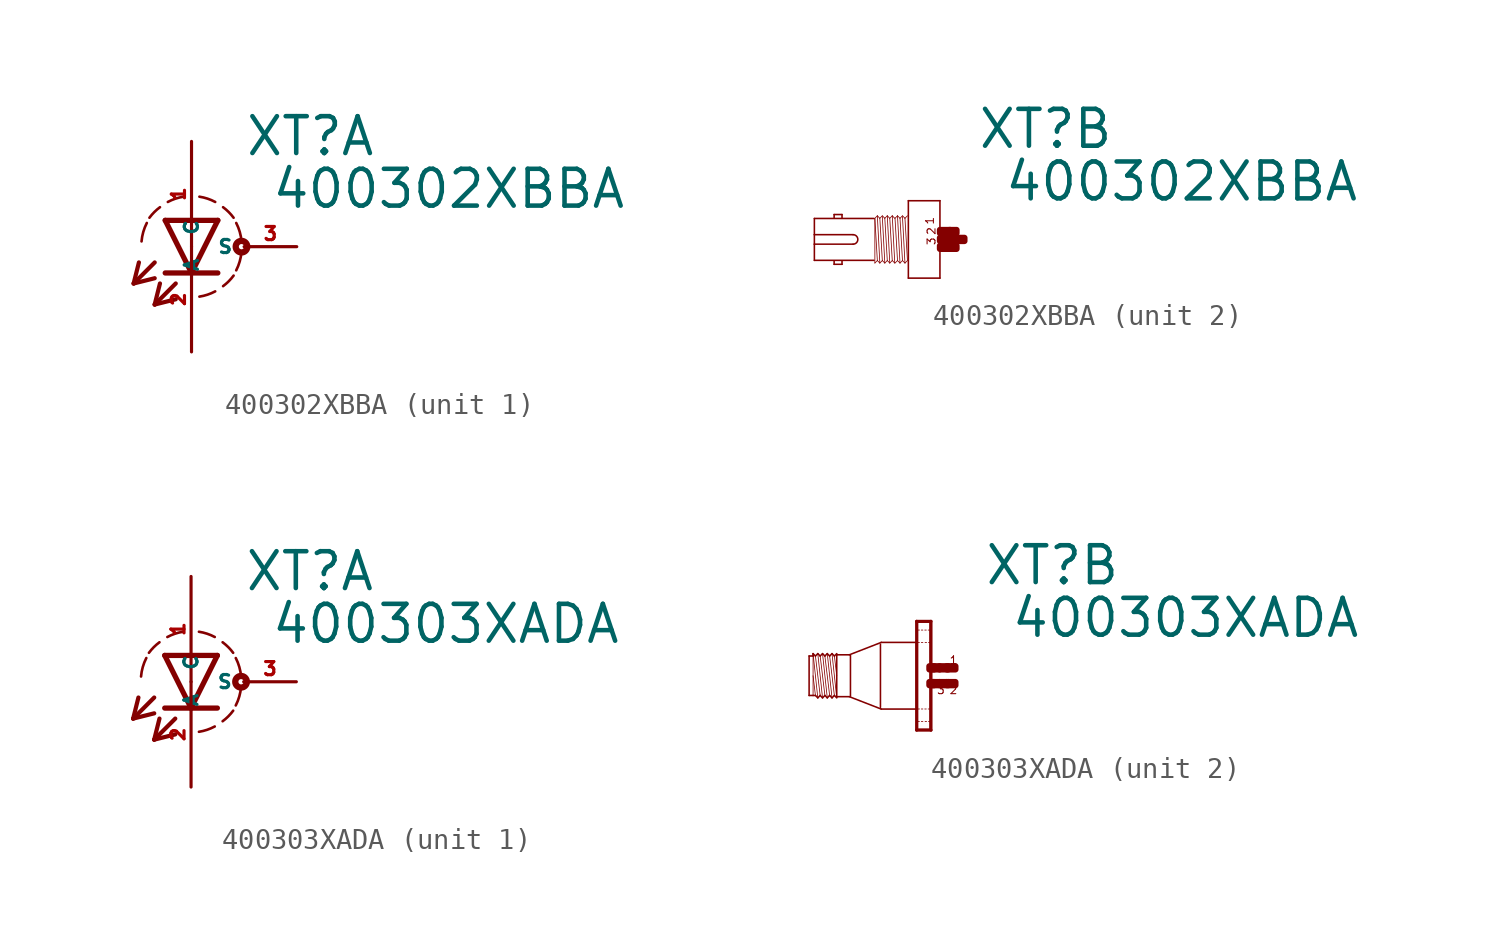
<source format=kicad_sym>
(kicad_symbol_lib
  (version 20220914)
  (generator Eagle2Kicad)
  (symbol "400302XBBA"
    (property "Reference" "XT"
      (at 2.54 4.293 0)
      (effects (font (size 1.778 1.778) (thickness 0.22)) (justify left bottom)))
    (property "Value" "400302XBBA"
      (at 3.81 1.753 0)
      (effects (font (size 1.778 1.778) (thickness 0.22)) (justify left bottom)))
    (symbol "400302XBBA_1_0"
      (polyline (pts (xy -1.27 1.27) (xy 0 -1.27)) (stroke (width 0.254) (type default)) (fill (type none)))
      (polyline (pts (xy 0 -1.27) (xy 1.27 1.27)) (stroke (width 0.254) (type default)) (fill (type none)))
      (polyline (pts (xy 1.27 -1.27) (xy 0 -1.27)) (stroke (width 0.254) (type default)) (fill (type none)))
      (polyline (pts (xy 1.27 1.27) (xy -1.27 1.27)) (stroke (width 0.254) (type default)) (fill (type none)))
      (polyline (pts (xy 0 -1.27) (xy -1.27 -1.27)) (stroke (width 0.254) (type default)) (fill (type none)))
      (polyline (pts (xy -1.778 -0.762) (xy -2.794 -1.778)) (stroke (width 0.203) (type default)) (fill (type none)))
      (polyline (pts (xy -2.794 -1.778) (xy -1.778 -1.524)) (stroke (width 0.203) (type default)) (fill (type none)))
      (polyline (pts (xy -2.794 -1.778) (xy -2.54 -0.762)) (stroke (width 0.203) (type default)) (fill (type none)))
      (polyline (pts (xy -0.762 -1.778) (xy -1.778 -2.794)) (stroke (width 0.203) (type default)) (fill (type none)))
      (polyline (pts (xy -1.778 -2.794) (xy -0.762 -2.54)) (stroke (width 0.203) (type default)) (fill (type none)))
      (polyline (pts (xy -1.778 -2.794) (xy -1.524 -1.778)) (stroke (width 0.203) (type default)) (fill (type none)))
      (arc (start 0.381 -2.413) (mid 0.773 -2.318) (end 1.143 -2.159) (stroke (width 0.127) (type default)) (fill (type none)))
      (arc (start 2.159 -1.143) (mid 2.329 -0.711) (end 2.413 -0.254) (stroke (width 0.127) (type default)) (fill (type none)))
      (arc (start 2.413 0.254) (mid 2.329 0.711) (end 2.159 1.143) (stroke (width 0.127) (type default)) (fill (type none)))
      (arc (start 2.032 1.397) (mid 1.797 1.670) (end 1.524 1.905) (stroke (width 0.127) (type default)) (fill (type none)))
      (arc (start 1.143 2.159) (mid 0.773 2.318) (end 0.381 2.413) (stroke (width 0.127) (type default)) (fill (type none)))
      (arc (start 1.524 -1.905) (mid 1.797 -1.670) (end 2.032 -1.397) (stroke (width 0.127) (type default)) (fill (type none)))
      (arc (start -0.381 2.413) (mid -0.773 2.318) (end -1.143 2.159) (stroke (width 0.127) (type default)) (fill (type none)))
      (arc (start -1.524 1.905) (mid -1.797 1.670) (end -2.032 1.397) (stroke (width 0.127) (type default)) (fill (type none)))
      (arc (start -2.159 1.143) (mid -2.329 0.711) (end -2.413 0.254) (stroke (width 0.127) (type default)) (fill (type none)))
      (circle (center 2.413 0) (radius 0.127) (stroke (width 0.305) (type default)) (fill (type none)))
      (pin passive line (at 0 5.08 270) (length 5.08) (name "A" (effects (font (size 0.635 0.635) (thickness 0.08)) (justify left bottom))) (number "1" (effects (font (size 0.635 0.635) (thickness 0.08)) (justify left bottom))))
      (pin passive line (at 0 -5.08 90) (length 5.08) (name "C" (effects (font (size 0.635 0.635) (thickness 0.08)) (justify left bottom))) (number "2" (effects (font (size 0.635 0.635) (thickness 0.08)) (justify left bottom))))
      (pin passive line (at 5.08 0 180) (length 2.54) (name "S" (effects (font (size 0.635 0.635) (thickness 0.08)) (justify left bottom))) (number "3" (effects (font (size 0.635 0.635) (thickness 0.08)) (justify left bottom)))))
    (symbol "400302XBBA_2_0"
      (polyline (pts (xy 0.762 1.867) (xy 0.762 -1.867)) (stroke (width 0.076) (type default)) (fill (type none)))
      (polyline (pts (xy 0.762 -1.867) (xy -0.762 -1.867)) (stroke (width 0.076) (type default)) (fill (type none)))
      (polyline (pts (xy -0.762 -1.867) (xy -0.762 1.867)) (stroke (width 0.076) (type default)) (fill (type none)))
      (polyline (pts (xy -0.762 1.867) (xy 0.762 1.867)) (stroke (width 0.076) (type default)) (fill (type none)))
      (polyline (pts (xy -2.419 1.01) (xy -5.296 1.01)) (stroke (width 0.076) (type default)) (fill (type none)))
      (polyline (pts (xy -5.296 1.01) (xy -5.296 0.229)) (stroke (width 0.076) (type default)) (fill (type none)))
      (polyline (pts (xy -5.296 0.229) (xy -5.296 -0.229)) (stroke (width 0.076) (type default)) (fill (type none)))
      (polyline (pts (xy -5.296 -0.229) (xy -5.296 -1.01)) (stroke (width 0.076) (type default)) (fill (type none)))
      (polyline (pts (xy -5.296 -1.01) (xy -2.419 -1.01)) (stroke (width 0.076) (type default)) (fill (type none)))
      (polyline (pts (xy -3.962 -1.029) (xy -3.962 -1.2)) (stroke (width 0.076) (type default)) (fill (type none)))
      (polyline (pts (xy -3.962 -1.2) (xy -4.343 -1.2)) (stroke (width 0.076) (type default)) (fill (type none)))
      (polyline (pts (xy -4.343 -1.2) (xy -4.343 -1.029)) (stroke (width 0.076) (type default)) (fill (type none)))
      (polyline (pts (xy -4.343 1.029) (xy -4.343 1.2)) (stroke (width 0.076) (type default)) (fill (type none)))
      (polyline (pts (xy -4.343 1.2) (xy -3.962 1.2)) (stroke (width 0.076) (type default)) (fill (type none)))
      (polyline (pts (xy -3.962 1.2) (xy -3.962 1.029)) (stroke (width 0.076) (type default)) (fill (type none)))
      (polyline (pts (xy -2.258 1.14) (xy -2.138 -1.14)) (stroke (width 0.038) (type default)) (fill (type none)))
      (polyline (pts (xy -2.018 1.099) (xy -1.898 -1.14)) (stroke (width 0.038) (type default)) (fill (type none)))
      (polyline (pts (xy -1.898 1.02) (xy -1.778 -1.02)) (stroke (width 0.038) (type default)) (fill (type none)))
      (polyline (pts (xy -1.778 1.14) (xy -1.658 -1.14)) (stroke (width 0.038) (type default)) (fill (type none)))
      (polyline (pts (xy -1.538 1.14) (xy -1.418 -1.14)) (stroke (width 0.038) (type default)) (fill (type none)))
      (polyline (pts (xy -2.378 -1.14) (xy -2.378 0.999)) (stroke (width 0.038) (type default)) (fill (type none)))
      (polyline (pts (xy -2.378 -1.14) (xy -2.258 -1.02)) (stroke (width 0.038) (type default)) (fill (type none)))
      (polyline (pts (xy -2.258 -1.02) (xy -2.138 -1.14)) (stroke (width 0.038) (type default)) (fill (type none)))
      (polyline (pts (xy -2.138 -1.14) (xy -2.018 -1.02)) (stroke (width 0.038) (type default)) (fill (type none)))
      (polyline (pts (xy -2.018 -1.02) (xy -1.898 -1.14)) (stroke (width 0.038) (type default)) (fill (type none)))
      (polyline (pts (xy -1.898 -1.14) (xy -1.778 -1.02)) (stroke (width 0.038) (type default)) (fill (type none)))
      (polyline (pts (xy -1.778 -1.02) (xy -1.658 -1.14)) (stroke (width 0.038) (type default)) (fill (type none)))
      (polyline (pts (xy -1.658 -1.14) (xy -1.538 -1.02)) (stroke (width 0.038) (type default)) (fill (type none)))
      (polyline (pts (xy -1.538 -1.02) (xy -1.418 -1.14)) (stroke (width 0.038) (type default)) (fill (type none)))
      (polyline (pts (xy -2.378 1.02) (xy -2.258 1.14)) (stroke (width 0.038) (type default)) (fill (type none)))
      (polyline (pts (xy -2.258 1.14) (xy -2.138 1.02)) (stroke (width 0.038) (type default)) (fill (type none)))
      (polyline (pts (xy -2.138 1.02) (xy -2.018 1.14)) (stroke (width 0.038) (type default)) (fill (type none)))
      (polyline (pts (xy -2.018 1.14) (xy -1.898 1.02)) (stroke (width 0.038) (type default)) (fill (type none)))
      (polyline (pts (xy -1.898 1.02) (xy -1.778 1.14)) (stroke (width 0.038) (type default)) (fill (type none)))
      (polyline (pts (xy -1.778 1.14) (xy -1.658 1.02)) (stroke (width 0.038) (type default)) (fill (type none)))
      (polyline (pts (xy -1.658 1.02) (xy -1.538 1.14)) (stroke (width 0.038) (type default)) (fill (type none)))
      (polyline (pts (xy -1.538 1.14) (xy -1.418 1.02)) (stroke (width 0.038) (type default)) (fill (type none)))
      (polyline (pts (xy -2.138 1.02) (xy -2.018 -1.02)) (stroke (width 0.038) (type default)) (fill (type none)))
      (polyline (pts (xy -1.658 1.02) (xy -1.538 -1.02)) (stroke (width 0.038) (type default)) (fill (type none)))
      (polyline (pts (xy -2.378 1.02) (xy -2.258 -1.02)) (stroke (width 0.038) (type default)) (fill (type none)))
      (polyline (pts (xy -1.286 1.14) (xy -1.166 -1.14)) (stroke (width 0.038) (type default)) (fill (type none)))
      (polyline (pts (xy -1.046 1.099) (xy -0.926 -1.14)) (stroke (width 0.038) (type default)) (fill (type none)))
      (polyline (pts (xy -0.926 1.02) (xy -0.806 -1.02)) (stroke (width 0.038) (type default)) (fill (type none)))
      (polyline (pts (xy -1.406 -1.14) (xy -1.286 -1.02)) (stroke (width 0.038) (type default)) (fill (type none)))
      (polyline (pts (xy -1.286 -1.02) (xy -1.166 -1.14)) (stroke (width 0.038) (type default)) (fill (type none)))
      (polyline (pts (xy -1.166 -1.14) (xy -1.046 -1.02)) (stroke (width 0.038) (type default)) (fill (type none)))
      (polyline (pts (xy -1.046 -1.02) (xy -0.926 -1.14)) (stroke (width 0.038) (type default)) (fill (type none)))
      (polyline (pts (xy -0.926 -1.14) (xy -0.806 -1.02)) (stroke (width 0.038) (type default)) (fill (type none)))
      (polyline (pts (xy -1.406 1.02) (xy -1.286 1.14)) (stroke (width 0.038) (type default)) (fill (type none)))
      (polyline (pts (xy -1.286 1.14) (xy -1.166 1.02)) (stroke (width 0.038) (type default)) (fill (type none)))
      (polyline (pts (xy -1.166 1.02) (xy -1.046 1.14)) (stroke (width 0.038) (type default)) (fill (type none)))
      (polyline (pts (xy -1.046 1.14) (xy -0.926 1.02)) (stroke (width 0.038) (type default)) (fill (type none)))
      (polyline (pts (xy -0.926 1.02) (xy -0.806 1.14)) (stroke (width 0.038) (type default)) (fill (type none)))
      (polyline (pts (xy -1.166 1.02) (xy -1.046 -1.02)) (stroke (width 0.038) (type default)) (fill (type none)))
      (polyline (pts (xy -1.406 1.02) (xy -1.286 -1.02)) (stroke (width 0.038) (type default)) (fill (type none)))
      (polyline (pts (xy -5.296 -0.229) (xy -3.429 -0.229)) (stroke (width 0.076) (type default)) (fill (type none)))
      (polyline (pts (xy -3.429 0.229) (xy -5.296 0.229)) (stroke (width 0.076) (type default)) (fill (type none)))
      (arc (start -3.429 -0.2286) (mid -3.200 0.000) (end -3.429 0.2286) (stroke (width 0.0762) (type default)) (fill (type none)))
      (text "1" (at 0.495 0.686 1800) (effects (font (size 0.381 0.381) (thickness 0.05)) (justify left bottom)))
      (text "3" (at 0.572 -0.305 1800) (effects (font (size 0.381 0.381) (thickness 0.05)) (justify left bottom)))
      (text "2" (at 0.572 0.191 1800) (effects (font (size 0.381 0.381) (thickness 0.05)) (justify left bottom)))
      (rectangle (start 0.762 -0.457) (end 1.257 -0.305) (stroke (width 0.3) (type default)) (fill (type outline)))
      (rectangle (start 0.762 -0.076) (end 1.638 0.076) (stroke (width 0.3) (type default)) (fill (type outline)))
      (rectangle (start 1.219 -0.457) (end 1.562 -0.305) (stroke (width 0.3) (type default)) (fill (type outline)))
      (rectangle (start 1.6 -0.076) (end 1.943 0.076) (stroke (width 0.3) (type default)) (fill (type outline)))
      (rectangle (start 1.219 0.305) (end 1.562 0.457) (stroke (width 0.3) (type default)) (fill (type outline)))
      (rectangle (start 0.762 0.305) (end 1.257 0.457) (stroke (width 0.3) (type default)) (fill (type outline)))))
  (symbol "400303XADA"
    (property "Reference" "XT"
      (at 2.54 4.293 0)
      (effects (font (size 1.778 1.778) (thickness 0.22)) (justify left bottom)))
    (property "Value" "400303XADA"
      (at 3.81 1.753 0)
      (effects (font (size 1.778 1.778) (thickness 0.22)) (justify left bottom)))
    (symbol "400303XADA_1_0"
      (polyline (pts (xy -1.27 1.27) (xy 0 -1.27)) (stroke (width 0.254) (type default)) (fill (type none)))
      (polyline (pts (xy 0 -1.27) (xy 1.27 1.27)) (stroke (width 0.254) (type default)) (fill (type none)))
      (polyline (pts (xy 1.27 -1.27) (xy 0 -1.27)) (stroke (width 0.254) (type default)) (fill (type none)))
      (polyline (pts (xy 1.27 1.27) (xy -1.27 1.27)) (stroke (width 0.254) (type default)) (fill (type none)))
      (polyline (pts (xy 0 -1.27) (xy -1.27 -1.27)) (stroke (width 0.254) (type default)) (fill (type none)))
      (polyline (pts (xy -1.778 -0.762) (xy -2.794 -1.778)) (stroke (width 0.203) (type default)) (fill (type none)))
      (polyline (pts (xy -2.794 -1.778) (xy -1.778 -1.524)) (stroke (width 0.203) (type default)) (fill (type none)))
      (polyline (pts (xy -2.794 -1.778) (xy -2.54 -0.762)) (stroke (width 0.203) (type default)) (fill (type none)))
      (polyline (pts (xy -0.762 -1.778) (xy -1.778 -2.794)) (stroke (width 0.203) (type default)) (fill (type none)))
      (polyline (pts (xy -1.778 -2.794) (xy -0.762 -2.54)) (stroke (width 0.203) (type default)) (fill (type none)))
      (polyline (pts (xy -1.778 -2.794) (xy -1.524 -1.778)) (stroke (width 0.203) (type default)) (fill (type none)))
      (arc (start 0.381 -2.413) (mid 0.773 -2.318) (end 1.143 -2.159) (stroke (width 0.127) (type default)) (fill (type none)))
      (arc (start 2.159 -1.143) (mid 2.329 -0.711) (end 2.413 -0.254) (stroke (width 0.127) (type default)) (fill (type none)))
      (arc (start 2.413 0.254) (mid 2.329 0.711) (end 2.159 1.143) (stroke (width 0.127) (type default)) (fill (type none)))
      (arc (start 2.032 1.397) (mid 1.797 1.670) (end 1.524 1.905) (stroke (width 0.127) (type default)) (fill (type none)))
      (arc (start 1.143 2.159) (mid 0.773 2.318) (end 0.381 2.413) (stroke (width 0.127) (type default)) (fill (type none)))
      (arc (start 1.524 -1.905) (mid 1.797 -1.670) (end 2.032 -1.397) (stroke (width 0.127) (type default)) (fill (type none)))
      (arc (start -0.381 2.413) (mid -0.773 2.318) (end -1.143 2.159) (stroke (width 0.127) (type default)) (fill (type none)))
      (arc (start -1.524 1.905) (mid -1.797 1.670) (end -2.032 1.397) (stroke (width 0.127) (type default)) (fill (type none)))
      (arc (start -2.159 1.143) (mid -2.329 0.711) (end -2.413 0.254) (stroke (width 0.127) (type default)) (fill (type none)))
      (circle (center 2.413 0) (radius 0.127) (stroke (width 0.305) (type default)) (fill (type none)))
      (pin passive line (at 0 5.08 270) (length 5.08) (name "A" (effects (font (size 0.635 0.635) (thickness 0.08)) (justify left bottom))) (number "1" (effects (font (size 0.635 0.635) (thickness 0.08)) (justify left bottom))))
      (pin passive line (at 0 -5.08 90) (length 5.08) (name "C" (effects (font (size 0.635 0.635) (thickness 0.08)) (justify left bottom))) (number "2" (effects (font (size 0.635 0.635) (thickness 0.08)) (justify left bottom))))
      (pin passive line (at 5.08 0 180) (length 2.54) (name "S" (effects (font (size 0.635 0.635) (thickness 0.08)) (justify left bottom))) (number "3" (effects (font (size 0.635 0.635) (thickness 0.08)) (justify left bottom)))))
    (symbol "400303XADA_2_0"
      (polyline (pts (xy -4.548 -1.067) (xy -4.777 1.067)) (stroke (width 0.038) (type default)) (fill (type none)))
      (polyline (pts (xy -4.662 0.953) (xy -4.548 0)) (stroke (width 0.038) (type default)) (fill (type none)))
      (polyline (pts (xy -4.662 -0.953) (xy -4.891 0.953)) (stroke (width 0.038) (type default)) (fill (type none)))
      (polyline (pts (xy -4.777 -1.067) (xy -5.005 1.067)) (stroke (width 0.038) (type default)) (fill (type none)))
      (polyline (pts (xy -4.891 -0.953) (xy -5.12 0.953)) (stroke (width 0.038) (type default)) (fill (type none)))
      (polyline (pts (xy -5.005 -1.067) (xy -5.234 1.067)) (stroke (width 0.038) (type default)) (fill (type none)))
      (polyline (pts (xy -5.12 -0.953) (xy -5.348 0.953)) (stroke (width 0.038) (type default)) (fill (type none)))
      (polyline (pts (xy -5.234 -1.067) (xy -5.463 1.067)) (stroke (width 0.038) (type default)) (fill (type none)))
      (polyline (pts (xy -5.348 -0.953) (xy -5.577 0.953)) (stroke (width 0.038) (type default)) (fill (type none)))
      (polyline (pts (xy -5.463 -1.067) (xy -5.691 1.067)) (stroke (width 0.038) (type default)) (fill (type none)))
      (polyline (pts (xy -5.691 0) (xy -5.577 -0.953)) (stroke (width 0.038) (type default)) (fill (type none)))
      (polyline (pts (xy -5.691 1.029) (xy -5.691 0.953)) (stroke (width 0.038) (type default)) (fill (type none)))
      (polyline (pts (xy -5.691 0.953) (xy -5.691 -0.953)) (stroke (width 0.038) (type default)) (fill (type none)))
      (polyline (pts (xy -5.882 -0.953) (xy -5.882 0.953)) (stroke (width 0.076) (type default)) (fill (type none)))
      (polyline (pts (xy -5.882 0.953) (xy -5.691 0.953)) (stroke (width 0.076) (type default)) (fill (type none)))
      (polyline (pts (xy -5.691 0.953) (xy -5.691 1.067)) (stroke (width 0.076) (type default)) (fill (type none)))
      (polyline (pts (xy -5.691 1.067) (xy -5.577 0.953)) (stroke (width 0.076) (type default)) (fill (type none)))
      (polyline (pts (xy -5.577 0.953) (xy -5.463 1.067)) (stroke (width 0.076) (type default)) (fill (type none)))
      (polyline (pts (xy -5.463 1.067) (xy -5.348 0.953)) (stroke (width 0.076) (type default)) (fill (type none)))
      (polyline (pts (xy -5.348 0.953) (xy -5.234 1.067)) (stroke (width 0.076) (type default)) (fill (type none)))
      (polyline (pts (xy -5.234 1.067) (xy -5.12 0.953)) (stroke (width 0.076) (type default)) (fill (type none)))
      (polyline (pts (xy -5.12 0.953) (xy -5.005 1.067)) (stroke (width 0.076) (type default)) (fill (type none)))
      (polyline (pts (xy -4.777 1.067) (xy -4.662 0.953)) (stroke (width 0.076) (type default)) (fill (type none)))
      (polyline (pts (xy -4.662 0.953) (xy -4.548 1.067)) (stroke (width 0.076) (type default)) (fill (type none)))
      (polyline (pts (xy -4.548 -1.067) (xy -4.662 -0.953)) (stroke (width 0.076) (type default)) (fill (type none)))
      (polyline (pts (xy -4.662 -0.953) (xy -4.777 -1.067)) (stroke (width 0.076) (type default)) (fill (type none)))
      (polyline (pts (xy -4.777 -1.067) (xy -4.891 -0.953)) (stroke (width 0.076) (type default)) (fill (type none)))
      (polyline (pts (xy -4.891 -0.953) (xy -5.005 -1.067)) (stroke (width 0.076) (type default)) (fill (type none)))
      (polyline (pts (xy -5.005 -1.067) (xy -5.12 -0.953)) (stroke (width 0.076) (type default)) (fill (type none)))
      (polyline (pts (xy -5.12 -0.953) (xy -5.234 -1.067)) (stroke (width 0.076) (type default)) (fill (type none)))
      (polyline (pts (xy -5.234 -1.067) (xy -5.348 -0.953)) (stroke (width 0.076) (type default)) (fill (type none)))
      (polyline (pts (xy -5.348 -0.953) (xy -5.463 -1.067)) (stroke (width 0.076) (type default)) (fill (type none)))
      (polyline (pts (xy -5.463 -1.067) (xy -5.577 -0.953)) (stroke (width 0.076) (type default)) (fill (type none)))
      (polyline (pts (xy -5.577 -0.953) (xy -5.691 -0.953)) (stroke (width 0.076) (type default)) (fill (type none)))
      (polyline (pts (xy -5.691 -0.953) (xy -5.882 -0.953)) (stroke (width 0.076) (type default)) (fill (type none)))
      (polyline (pts (xy -4.548 1.029) (xy -4.548 1.01)) (stroke (width 0.076) (type default)) (fill (type none)))
      (polyline (pts (xy -4.548 1.01) (xy -4.548 -1.01)) (stroke (width 0.076) (type default)) (fill (type none)))
      (polyline (pts (xy -4.548 -1.01) (xy -4.548 -1.029)) (stroke (width 0.076) (type default)) (fill (type none)))
      (polyline (pts (xy -0.038 2.594) (xy -0.038 -2.594)) (stroke (width 0.076) (type default)) (fill (type none)))
      (polyline (pts (xy -0.038 -2.594) (xy -0.655 -2.594)) (stroke (width 0.076) (type default)) (fill (type none)))
      (polyline (pts (xy -0.655 -2.594) (xy -0.655 2.594)) (stroke (width 0.076) (type default)) (fill (type none)))
      (polyline (pts (xy -0.655 2.594) (xy -0.038 2.594)) (stroke (width 0.076) (type default)) (fill (type none)))
      (polyline (pts (xy -0.699 1.61) (xy -2.4 1.61)) (stroke (width 0.076) (type default)) (fill (type none)))
      (polyline (pts (xy -2.4 1.61) (xy -3.938 1.012)) (stroke (width 0.076) (type default)) (fill (type none)))
      (polyline (pts (xy -0.669 -1.61) (xy -2.4 -1.61)) (stroke (width 0.076) (type default)) (fill (type none)))
      (polyline (pts (xy -2.4 -1.61) (xy -3.938 -1.012)) (stroke (width 0.076) (type default)) (fill (type none)))
      (polyline (pts (xy -3.938 -1.01) (xy -4.548 -1.01)) (stroke (width 0.076) (type default)) (fill (type none)))
      (polyline (pts (xy -4.548 1.01) (xy -3.938 1.01)) (stroke (width 0.076) (type default)) (fill (type none)))
      (polyline (pts (xy -4.777 1.067) (xy -4.891 0.953)) (stroke (width 0.076) (type default)) (fill (type none)))
      (polyline (pts (xy -4.891 0.953) (xy -5.005 1.067)) (stroke (width 0.076) (type default)) (fill (type none)))
      (polyline (pts (xy 0 -2.625) (xy -0.69 -2.625)) (stroke (width 0) (type default)) (fill (type none)))
      (polyline (pts (xy 0 -2.625) (xy 0 2.625)) (stroke (width 0) (type default)) (fill (type none)))
      (polyline (pts (xy 0 2.625) (xy -0.69 2.625)) (stroke (width 0) (type default)) (fill (type none)))
      (polyline (pts (xy -0.69 2.625) (xy -0.69 -2.625)) (stroke (width 0) (type default)) (fill (type none)))
      (polyline (pts (xy -0.039 -1.605) (xy -0.135 -1.605)) (stroke (width 0.038) (type default)) (fill (type none)))
      (polyline (pts (xy -0.225 -1.605) (xy -0.3 -1.605)) (stroke (width 0.038) (type default)) (fill (type none)))
      (polyline (pts (xy -0.39 -1.605) (xy -0.465 -1.605)) (stroke (width 0.038) (type default)) (fill (type none)))
      (polyline (pts (xy -0.555 -1.605) (xy -0.633 -1.605)) (stroke (width 0.038) (type default)) (fill (type none)))
      (polyline (pts (xy -0.039 -2.205) (xy -0.12 -2.205)) (stroke (width 0.038) (type default)) (fill (type none)))
      (polyline (pts (xy -0.21 -2.205) (xy -0.285 -2.205)) (stroke (width 0.038) (type default)) (fill (type none)))
      (polyline (pts (xy -0.39 -2.205) (xy -0.465 -2.205)) (stroke (width 0.038) (type default)) (fill (type none)))
      (polyline (pts (xy -0.555 -2.205) (xy -0.633 -2.205)) (stroke (width 0.038) (type default)) (fill (type none)))
      (polyline (pts (xy -0.039 2.205) (xy -0.135 2.205)) (stroke (width 0.038) (type default)) (fill (type none)))
      (polyline (pts (xy -0.225 2.205) (xy -0.3 2.205)) (stroke (width 0.038) (type default)) (fill (type none)))
      (polyline (pts (xy -0.39 2.205) (xy -0.465 2.205)) (stroke (width 0.038) (type default)) (fill (type none)))
      (polyline (pts (xy -0.555 2.205) (xy -0.633 2.205)) (stroke (width 0.038) (type default)) (fill (type none)))
      (polyline (pts (xy -0.039 1.605) (xy -0.12 1.605)) (stroke (width 0.038) (type default)) (fill (type none)))
      (polyline (pts (xy -0.21 1.605) (xy -0.285 1.605)) (stroke (width 0.038) (type default)) (fill (type none)))
      (polyline (pts (xy -0.39 1.605) (xy -0.465 1.605)) (stroke (width 0.038) (type default)) (fill (type none)))
      (polyline (pts (xy -0.555 1.605) (xy -0.633 1.605)) (stroke (width 0.038) (type default)) (fill (type none)))
      (polyline (pts (xy -3.886 0.991) (xy -3.886 -0.991)) (stroke (width 0.076) (type default)) (fill (type none)))
      (polyline (pts (xy -2.438 1.524) (xy -2.438 -1.524)) (stroke (width 0.076) (type default)) (fill (type none)))
      (text "1" (at 0.876 0.533 0) (effects (font (size 0.381 0.381) (thickness 0.05)) (justify left bottom)))
      (text "3" (at 0.267 -0.914 0) (effects (font (size 0.381 0.381) (thickness 0.05)) (justify left bottom)))
      (text "2" (at 0.876 -0.914 0) (effects (font (size 0.381 0.381) (thickness 0.05)) (justify left bottom)))
      (rectangle (start 0.838 -0.457) (end 1.181 -0.305) (stroke (width 0.3) (type default)) (fill (type outline)))
      (rectangle (start 0.419 -0.457) (end 0.762 -0.305) (stroke (width 0.3) (type default)) (fill (type outline)))
      (rectangle (start 0.076 -0.457) (end 0.419 -0.305) (stroke (width 0.3) (type default)) (fill (type outline)))
      (rectangle (start -0.076 -0.457) (end 0.152 -0.305) (stroke (width 0.3) (type default)) (fill (type outline)))
      (rectangle (start 0.762 -0.457) (end 0.838 -0.305) (stroke (width 0.3) (type default)) (fill (type outline)))
      (rectangle (start 0.838 0.305) (end 1.181 0.457) (stroke (width 0.3) (type default)) (fill (type outline)))
      (rectangle (start 0.762 0.305) (end 0.838 0.457) (stroke (width 0.3) (type default)) (fill (type outline)))
      (rectangle (start 0.419 0.305) (end 0.762 0.457) (stroke (width 0.3) (type default)) (fill (type outline)))
      (rectangle (start 0.076 0.305) (end 0.419 0.457) (stroke (width 0.3) (type default)) (fill (type outline)))
      (rectangle (start -0.076 0.305) (end 0.152 0.457) (stroke (width 0.3) (type default)) (fill (type outline))))))
</source>
